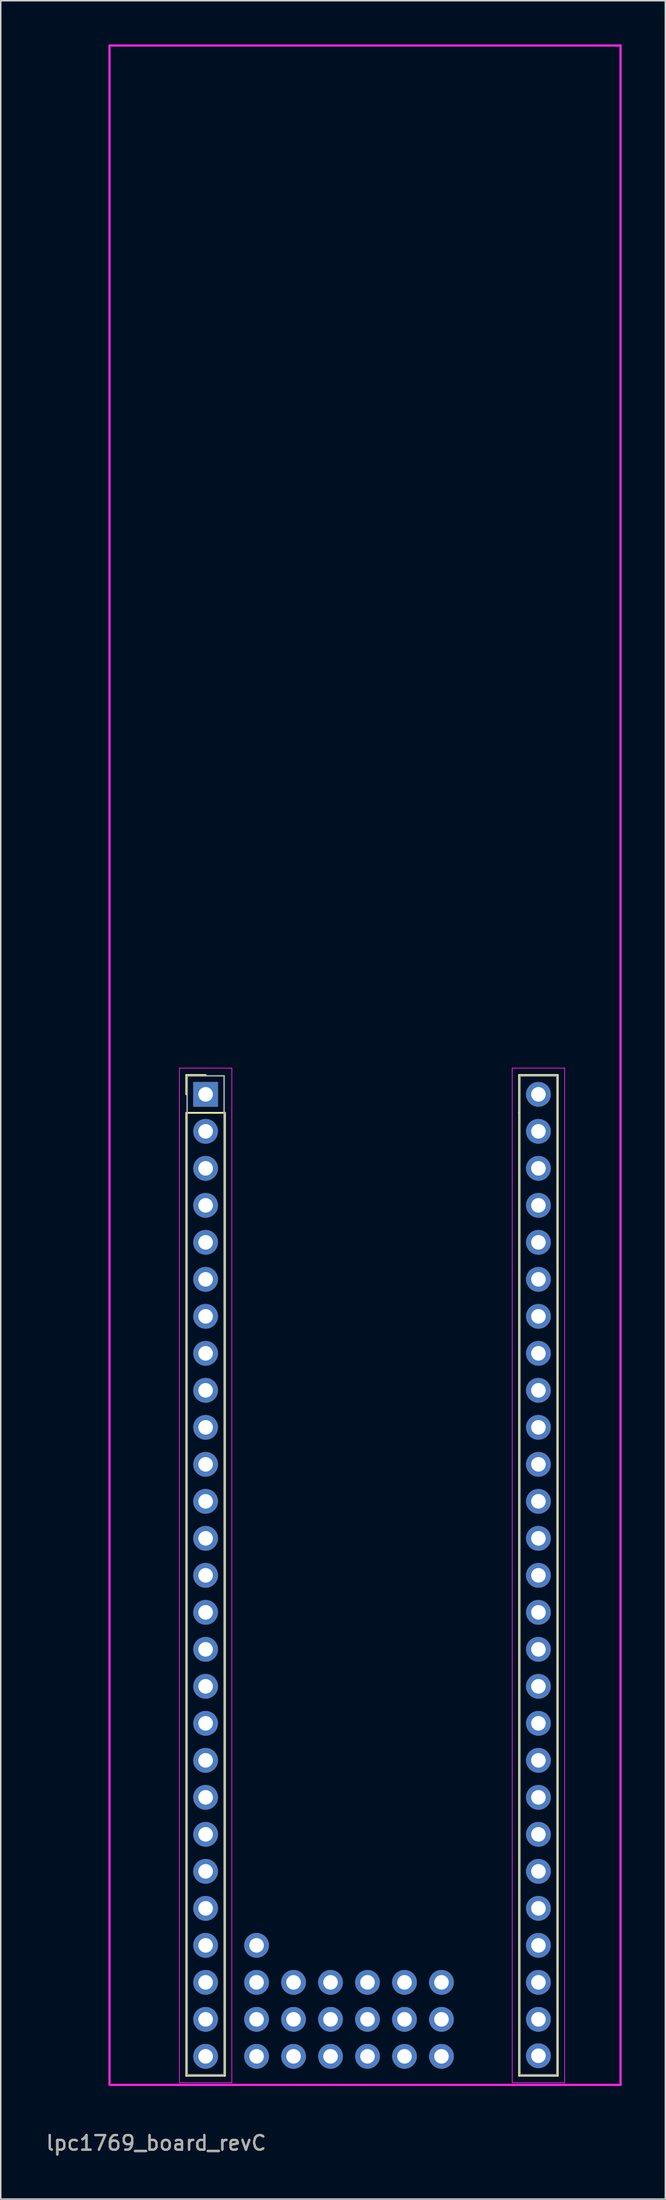
<source format=kicad_pcb>
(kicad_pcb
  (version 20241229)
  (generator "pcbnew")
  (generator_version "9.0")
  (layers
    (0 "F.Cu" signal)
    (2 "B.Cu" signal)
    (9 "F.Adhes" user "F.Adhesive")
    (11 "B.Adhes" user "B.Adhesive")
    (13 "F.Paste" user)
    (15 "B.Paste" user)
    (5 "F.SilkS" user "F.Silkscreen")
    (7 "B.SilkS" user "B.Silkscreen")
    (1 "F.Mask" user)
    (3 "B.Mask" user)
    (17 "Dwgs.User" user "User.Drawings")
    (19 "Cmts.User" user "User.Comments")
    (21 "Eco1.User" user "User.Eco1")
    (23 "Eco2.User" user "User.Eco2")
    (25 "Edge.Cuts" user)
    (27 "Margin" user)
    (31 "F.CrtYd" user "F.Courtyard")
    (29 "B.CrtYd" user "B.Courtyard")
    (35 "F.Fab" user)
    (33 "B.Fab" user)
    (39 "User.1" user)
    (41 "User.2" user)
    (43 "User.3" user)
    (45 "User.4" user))
  (footprint "lpc1769_board_revC"
    (layer "F.Cu")
    (at 11.073 72.075)
    (property "Reference" "lpc1769_board_revC" (at -3.4 71.99 0) (layer "F.SilkS") (effects (font (size 1 1) (thickness 0.15))))
    (attr through_hole)
    (fp_line (start -1.33 -1.33) (end 0 -1.33) (stroke (width 0.12) (type solid)) (layer "F.SilkS"))
    (fp_line (start -1.33 0) (end -1.33 -1.33) (stroke (width 0.12) (type solid)) (layer "F.SilkS"))
    (fp_line (start -1.33 1.27) (end -1.33 67.37) (stroke (width 0.12) (type solid)) (layer "F.SilkS"))
    (fp_line (start -1.33 67.37) (end 1.33 67.37) (stroke (width 0.12) (type solid)) (layer "F.SilkS"))
    (fp_line (start 1.33 1.27) (end -1.33 1.27) (stroke (width 0.12) (type solid)) (layer "F.SilkS"))
    (fp_line (start 1.33 67.37) (end 1.33 1.27) (stroke (width 0.12) (type solid)) (layer "F.SilkS"))
    (fp_line (start 21.53 1.27) (end 21.53 67.37) (stroke (width 0.12) (type solid)) (layer "F.SilkS"))
    (fp_line (start 21.53 1.29) (end 21.53 -1.33) (stroke (width 0.12) (type solid)) (layer "F.SilkS"))
    (fp_line (start 21.53 67.37) (end 24.19 67.37) (stroke (width 0.12) (type solid)) (layer "F.SilkS"))
    (fp_line (start 24.19 -1.33) (end 21.53 -1.33) (stroke (width 0.12) (type solid)) (layer "F.SilkS"))
    (fp_line (start 24.19 67.37) (end 24.19 -1.33) (stroke (width 0.12) (type solid)) (layer "F.SilkS"))
    (fp_line (start -6.6 -72) (end -6.6 68) (stroke (width 0.15) (type solid)) (layer "F.CrtYd"))
    (fp_line (start -6.6 -72) (end 28.5 -72) (stroke (width 0.15) (type solid)) (layer "F.CrtYd"))
    (fp_line (start -6.5 68) (end 28.5 68) (stroke (width 0.15) (type solid)) (layer "F.CrtYd"))
    (fp_line (start -1.8 -1.8) (end -1.8 67.85) (stroke (width 0.05) (type solid)) (layer "F.CrtYd"))
    (fp_line (start -1.8 67.85) (end 1.8 67.85) (stroke (width 0.05) (type solid)) (layer "F.CrtYd"))
    (fp_line (start 1.8 -1.8) (end -1.8 -1.8) (stroke (width 0.05) (type solid)) (layer "F.CrtYd"))
    (fp_line (start 1.8 67.85) (end 1.8 -1.8) (stroke (width 0.05) (type solid)) (layer "F.CrtYd"))
    (fp_line (start 21.06 -1.8) (end 21.06 67.85) (stroke (width 0.05) (type solid)) (layer "F.CrtYd"))
    (fp_line (start 21.06 67.85) (end 24.66 67.85) (stroke (width 0.05) (type solid)) (layer "F.CrtYd"))
    (fp_line (start 24.66 -1.8) (end 21.06 -1.8) (stroke (width 0.05) (type solid)) (layer "F.CrtYd"))
    (fp_line (start 24.66 67.85) (end 24.66 -1.8) (stroke (width 0.05) (type solid)) (layer "F.CrtYd"))
    (fp_line (start 28.5 -72) (end 28.5 68) (stroke (width 0.15) (type solid)) (layer "F.CrtYd"))
    (fp_line (start -1.27 -1.27) (end -1.27 67.31) (stroke (width 0.1) (type solid)) (layer "F.Fab"))
    (fp_line (start -1.27 67.31) (end 1.27 67.31) (stroke (width 0.1) (type solid)) (layer "F.Fab"))
    (fp_line (start 1.27 -1.27) (end -1.27 -1.27) (stroke (width 0.1) (type solid)) (layer "F.Fab"))
    (fp_line (start 1.27 67.31) (end 1.27 -1.27) (stroke (width 0.1) (type solid)) (layer "F.Fab"))
    (fp_line (start 21.59 -1.27) (end 21.59 67.31) (stroke (width 0.1) (type solid)) (layer "F.Fab"))
    (fp_line (start 21.59 67.31) (end 24.13 67.31) (stroke (width 0.1) (type solid)) (layer "F.Fab"))
    (fp_line (start 24.13 -1.27) (end 21.59 -1.27) (stroke (width 0.1) (type solid)) (layer "F.Fab"))
    (fp_line (start 24.13 67.31) (end 24.13 -1.27) (stroke (width 0.1) (type solid)) (layer "F.Fab"))
    (fp_text user "${REFERENCE}" (at -3.4 71.99 0) (layer "F.Fab") (effects (font (size 1 1) (thickness 0.15))))
    (fp_text user "${REFERENCE}" (at -3.4 71.99 0) (layer "F.Fab") (effects (font (size 1 1) (thickness 0.15))))
    (pad "J-1" thru_hole rect (at 0 0) (size 1.7 1.7) (drill 1) (layers "*.Cu" "*.Mask"))
    (pad "J-2" thru_hole oval (at 0 2.54) (size 1.7 1.7) (drill 1) (layers "*.Cu" "*.Mask"))
    (pad "J-3" thru_hole oval (at 0 5.08) (size 1.7 1.7) (drill 1) (layers "*.Cu" "*.Mask"))
    (pad "J-4" thru_hole oval (at 0 7.62) (size 1.7 1.7) (drill 1) (layers "*.Cu" "*.Mask"))
    (pad "J-5" thru_hole oval (at 0 10.16) (size 1.7 1.7) (drill 1) (layers "*.Cu" "*.Mask"))
    (pad "J-6" thru_hole oval (at 0 12.7) (size 1.7 1.7) (drill 1) (layers "*.Cu" "*.Mask"))
    (pad "J-7" thru_hole oval (at 0 15.24) (size 1.7 1.7) (drill 1) (layers "*.Cu" "*.Mask"))
    (pad "J-8" thru_hole oval (at 0 17.78) (size 1.7 1.7) (drill 1) (layers "*.Cu" "*.Mask"))
    (pad "J-9" thru_hole oval (at 0 20.32) (size 1.7 1.7) (drill 1) (layers "*.Cu" "*.Mask"))
    (pad "J-10" thru_hole oval (at 0 22.86) (size 1.7 1.7) (drill 1) (layers "*.Cu" "*.Mask"))
    (pad "J-11" thru_hole oval (at 0 25.4) (size 1.7 1.7) (drill 1) (layers "*.Cu" "*.Mask"))
    (pad "J-12" thru_hole oval (at 0 27.94) (size 1.7 1.7) (drill 1) (layers "*.Cu" "*.Mask"))
    (pad "J-13" thru_hole oval (at 0 30.48) (size 1.7 1.7) (drill 1) (layers "*.Cu" "*.Mask"))
    (pad "J-14" thru_hole oval (at 0 33.02) (size 1.7 1.7) (drill 1) (layers "*.Cu" "*.Mask"))
    (pad "J-15" thru_hole oval (at 0 35.56) (size 1.7 1.7) (drill 1) (layers "*.Cu" "*.Mask"))
    (pad "J-16" thru_hole oval (at 0 38.1) (size 1.7 1.7) (drill 1) (layers "*.Cu" "*.Mask"))
    (pad "J-17" thru_hole oval (at 0 40.64) (size 1.7 1.7) (drill 1) (layers "*.Cu" "*.Mask"))
    (pad "J-18" thru_hole oval (at 0 43.18) (size 1.7 1.7) (drill 1) (layers "*.Cu" "*.Mask"))
    (pad "J-19" thru_hole oval (at 0 45.72) (size 1.7 1.7) (drill 1) (layers "*.Cu" "*.Mask"))
    (pad "J-20" thru_hole oval (at 0 48.26) (size 1.7 1.7) (drill 1) (layers "*.Cu" "*.Mask"))
    (pad "J-21" thru_hole oval (at 0 50.8) (size 1.7 1.7) (drill 1) (layers "*.Cu" "*.Mask"))
    (pad "J-22" thru_hole oval (at 0 53.34) (size 1.7 1.7) (drill 1) (layers "*.Cu" "*.Mask"))
    (pad "J-23" thru_hole oval (at 0 55.88) (size 1.7 1.7) (drill 1) (layers "*.Cu" "*.Mask"))
    (pad "J-24" thru_hole oval (at 0 58.42) (size 1.7 1.7) (drill 1) (layers "*.Cu" "*.Mask"))
    (pad "J-25" thru_hole oval (at 0 60.96) (size 1.7 1.7) (drill 1) (layers "*.Cu" "*.Mask"))
    (pad "J-26" thru_hole oval (at 0 63.5) (size 1.7 1.7) (drill 1) (layers "*.Cu" "*.Mask"))
    (pad "J-27" thru_hole oval (at 0 66.04) (size 1.7 1.7) (drill 1) (layers "*.Cu" "*.Mask"))
    (pad "J-28" thru_hole circle (at 22.86 0) (size 1.7 1.7) (drill 1) (layers "*.Cu" "*.Mask"))
    (pad "J-29" thru_hole oval (at 22.86 2.54) (size 1.7 1.7) (drill 1) (layers "*.Cu" "*.Mask"))
    (pad "J-30" thru_hole oval (at 22.86 5.08) (size 1.7 1.7) (drill 1) (layers "*.Cu" "*.Mask"))
    (pad "J-31" thru_hole oval (at 22.86 7.62) (size 1.7 1.7) (drill 1) (layers "*.Cu" "*.Mask"))
    (pad "J-32" thru_hole oval (at 22.86 10.16) (size 1.7 1.7) (drill 1) (layers "*.Cu" "*.Mask"))
    (pad "J-33" thru_hole oval (at 22.86 12.7) (size 1.7 1.7) (drill 1) (layers "*.Cu" "*.Mask"))
    (pad "J-34" thru_hole oval (at 22.86 15.24) (size 1.7 1.7) (drill 1) (layers "*.Cu" "*.Mask"))
    (pad "J-35" thru_hole oval (at 22.86 17.78) (size 1.7 1.7) (drill 1) (layers "*.Cu" "*.Mask"))
    (pad "J-36" thru_hole oval (at 22.86 20.32) (size 1.7 1.7) (drill 1) (layers "*.Cu" "*.Mask"))
    (pad "J-37" thru_hole oval (at 22.86 22.86) (size 1.7 1.7) (drill 1) (layers "*.Cu" "*.Mask"))
    (pad "J-38" thru_hole oval (at 22.86 25.4) (size 1.7 1.7) (drill 1) (layers "*.Cu" "*.Mask"))
    (pad "J-39" thru_hole oval (at 22.86 27.94) (size 1.7 1.7) (drill 1) (layers "*.Cu" "*.Mask"))
    (pad "J-40" thru_hole oval (at 22.86 30.48) (size 1.7 1.7) (drill 1) (layers "*.Cu" "*.Mask"))
    (pad "J-41" thru_hole oval (at 22.86 33.02) (size 1.7 1.7) (drill 1) (layers "*.Cu" "*.Mask"))
    (pad "J-42" thru_hole oval (at 22.86 35.56) (size 1.7 1.7) (drill 1) (layers "*.Cu" "*.Mask"))
    (pad "J-43" thru_hole oval (at 22.86 38.1) (size 1.7 1.7) (drill 1) (layers "*.Cu" "*.Mask"))
    (pad "J-44" thru_hole oval (at 22.86 40.64) (size 1.7 1.7) (drill 1) (layers "*.Cu" "*.Mask"))
    (pad "J-45" thru_hole oval (at 22.86 43.18) (size 1.7 1.7) (drill 1) (layers "*.Cu" "*.Mask"))
    (pad "J-46" thru_hole oval (at 22.86 45.72) (size 1.7 1.7) (drill 1) (layers "*.Cu" "*.Mask"))
    (pad "J-47" thru_hole oval (at 22.86 48.26) (size 1.7 1.7) (drill 1) (layers "*.Cu" "*.Mask"))
    (pad "J-48" thru_hole oval (at 22.86 50.8) (size 1.7 1.7) (drill 1) (layers "*.Cu" "*.Mask"))
    (pad "J-49" thru_hole oval (at 22.86 53.34) (size 1.7 1.7) (drill 1) (layers "*.Cu" "*.Mask"))
    (pad "J-50" thru_hole oval (at 22.86 55.88) (size 1.7 1.7) (drill 1) (layers "*.Cu" "*.Mask"))
    (pad "J-51" thru_hole oval (at 22.86 58.42) (size 1.7 1.7) (drill 1) (layers "*.Cu" "*.Mask"))
    (pad "J-52" thru_hole oval (at 22.86 60.96) (size 1.7 1.7) (drill 1) (layers "*.Cu" "*.Mask"))
    (pad "J-53" thru_hole oval (at 22.86 63.5) (size 1.7 1.7) (drill 1) (layers "*.Cu" "*.Mask"))
    (pad "J-54" thru_hole oval (at 22.86 66) (size 1.7 1.7) (drill 1) (layers "*.Cu" "*.Mask"))
    (pad "PD1" thru_hole oval (at 16.2 66.04) (size 1.7 1.7) (drill 1) (layers "*.Cu" "*.Mask"))
    (pad "PD2" thru_hole oval (at 16.2 63.5) (size 1.7 1.7) (drill 1) (layers "*.Cu" "*.Mask"))
    (pad "PD3" thru_hole oval (at 16.2 60.96) (size 1.7 1.7) (drill 1) (layers "*.Cu" "*.Mask"))
    (pad "PD4" thru_hole oval (at 13.66 66.04) (size 1.7 1.7) (drill 1) (layers "*.Cu" "*.Mask"))
    (pad "PD5" thru_hole oval (at 13.66 63.5) (size 1.7 1.7) (drill 1) (layers "*.Cu" "*.Mask"))
    (pad "PD6" thru_hole oval (at 13.66 60.96) (size 1.7 1.7) (drill 1) (layers "*.Cu" "*.Mask"))
    (pad "PD7" thru_hole oval (at 11.12 66.04) (size 1.7 1.7) (drill 1) (layers "*.Cu" "*.Mask"))
    (pad "PD8" thru_hole oval (at 11.12 63.5) (size 1.7 1.7) (drill 1) (layers "*.Cu" "*.Mask"))
    (pad "PD9" thru_hole oval (at 11.12 60.96) (size 1.7 1.7) (drill 1) (layers "*.Cu" "*.Mask"))
    (pad "PD10" thru_hole oval (at 8.58 66.04) (size 1.7 1.7) (drill 1) (layers "*.Cu" "*.Mask"))
    (pad "PD11" thru_hole oval (at 8.58 63.5) (size 1.7 1.7) (drill 1) (layers "*.Cu" "*.Mask"))
    (pad "PD12" thru_hole oval (at 8.58 60.96) (size 1.7 1.7) (drill 1) (layers "*.Cu" "*.Mask"))
    (pad "PD13" thru_hole oval (at 6.04 66.04) (size 1.7 1.7) (drill 1) (layers "*.Cu" "*.Mask"))
    (pad "PD14" thru_hole oval (at 6.04 63.5) (size 1.7 1.7) (drill 1) (layers "*.Cu" "*.Mask"))
    (pad "PD15" thru_hole oval (at 6.04 60.96) (size 1.7 1.7) (drill 1) (layers "*.Cu" "*.Mask"))
    (pad "PD16" thru_hole oval (at 3.5 66.04) (size 1.7 1.7) (drill 1) (layers "*.Cu" "*.Mask"))
    (pad "PD17" thru_hole oval (at 3.5 63.5) (size 1.7 1.7) (drill 1) (layers "*.Cu" "*.Mask"))
    (pad "PD18" thru_hole oval (at 3.5 60.96) (size 1.7 1.7) (drill 1) (layers "*.Cu" "*.Mask"))
    (pad "PD19" thru_hole oval (at 3.5 58.42) (size 1.7 1.7) (drill 1) (layers "*.Cu" "*.Mask")))
  (gr_rect
    (start -3 -3)
    (end 42.648 147.913)
    (stroke (width 0.1) (type default))
    (fill no)
    (layer "Edge.Cuts")))
</source>
